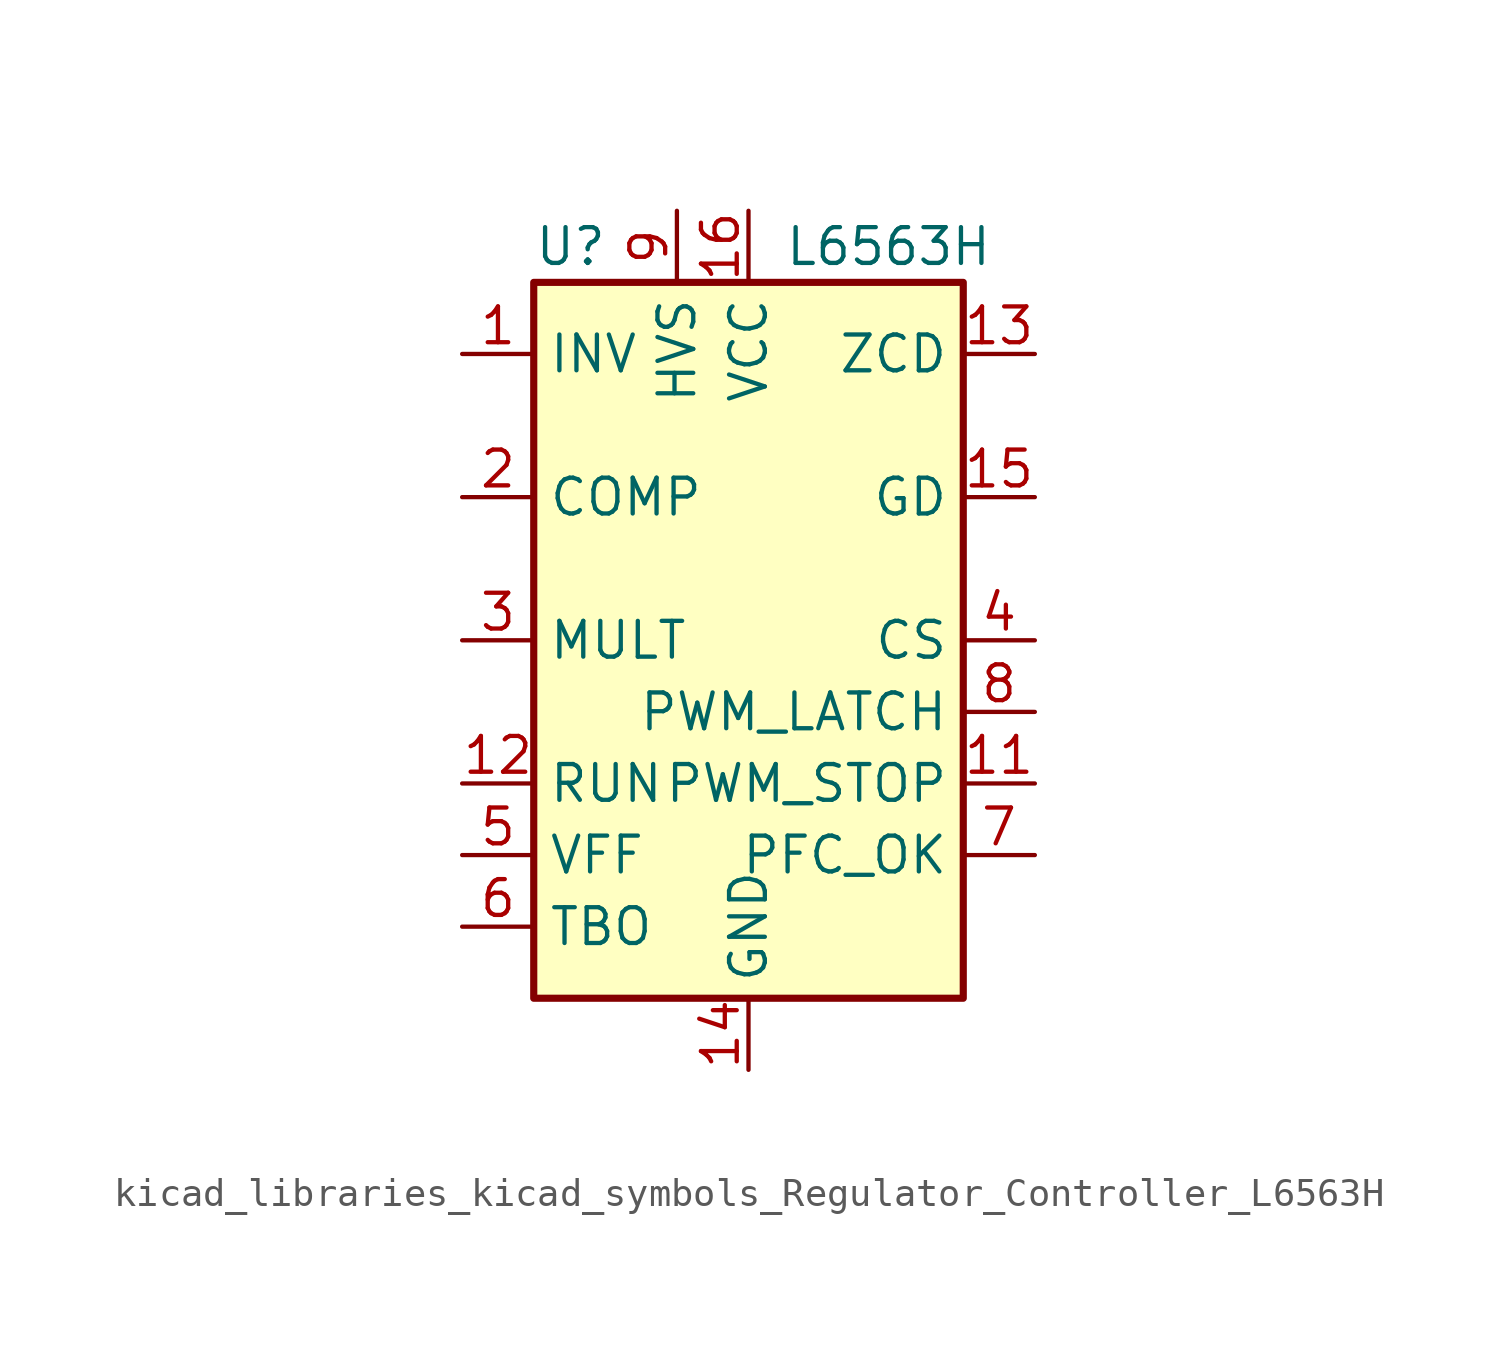
<source format=kicad_sym>
(kicad_symbol_lib
  (version 20220914)
  (generator kicad_symbol_editor)
  (symbol "kicad_libraries_kicad_symbols_Regulator_Controller_L6563H"
    (property "Reference" "U"
      (at -7.62 13.97 0)
      (effects (font (size 1.27 1.27)) (justify left)))
    (property "Value" "L6563H"
      (at 1.27 13.97 0)
      (effects (font (size 1.27 1.27)) (justify left)))
    (symbol "kicad_libraries_kicad_symbols_Regulator_Controller_L6563H_0_0"
      (rectangle (start -7.62 12.7) (end 7.62 -12.7) (stroke (width 0.254) (type default)) (fill (type background))))
    (symbol "kicad_libraries_kicad_symbols_Regulator_Controller_L6563H_1_1"
      (pin input line (at -10.16 10.16 0) (length 2.54) (name "INV" (effects (font (size 1.27 1.27)))) (number "1" (effects (font (size 1.27 1.27)))))
      (pin no_connect line (at -7.62 7.62 0) (length 2.54) hide (name "NC" (effects (font (size 1.27 1.27)))) (number "10" (effects (font (size 1.27 1.27)))))
      (pin output line (at 10.16 -5.08 180) (length 2.54) (name "PWM_STOP" (effects (font (size 1.27 1.27)))) (number "11" (effects (font (size 1.27 1.27)))))
      (pin input line (at -10.16 -5.08 0) (length 2.54) (name "RUN" (effects (font (size 1.27 1.27)))) (number "12" (effects (font (size 1.27 1.27)))))
      (pin input line (at 10.16 10.16 180) (length 2.54) (name "ZCD" (effects (font (size 1.27 1.27)))) (number "13" (effects (font (size 1.27 1.27)))))
      (pin power_in line (at 0 -15.24 90) (length 2.54) (name "GND" (effects (font (size 1.27 1.27)))) (number "14" (effects (font (size 1.27 1.27)))))
      (pin output line (at 10.16 5.08 180) (length 2.54) (name "GD" (effects (font (size 1.27 1.27)))) (number "15" (effects (font (size 1.27 1.27)))))
      (pin power_in line (at 0 15.24 270) (length 2.54) (name "VCC" (effects (font (size 1.27 1.27)))) (number "16" (effects (font (size 1.27 1.27)))))
      (pin output line (at -10.16 5.08 0) (length 2.54) (name "COMP" (effects (font (size 1.27 1.27)))) (number "2" (effects (font (size 1.27 1.27)))))
      (pin input line (at -10.16 0 0) (length 2.54) (name "MULT" (effects (font (size 1.27 1.27)))) (number "3" (effects (font (size 1.27 1.27)))))
      (pin input line (at 10.16 0 180) (length 2.54) (name "CS" (effects (font (size 1.27 1.27)))) (number "4" (effects (font (size 1.27 1.27)))))
      (pin passive line (at -10.16 -7.62 0) (length 2.54) (name "VFF" (effects (font (size 1.27 1.27)))) (number "5" (effects (font (size 1.27 1.27)))))
      (pin passive line (at -10.16 -10.16 0) (length 2.54) (name "TBO" (effects (font (size 1.27 1.27)))) (number "6" (effects (font (size 1.27 1.27)))))
      (pin input line (at 10.16 -7.62 180) (length 2.54) (name "PFC_OK" (effects (font (size 1.27 1.27)))) (number "7" (effects (font (size 1.27 1.27)))))
      (pin output line (at 10.16 -2.54 180) (length 2.54) (name "PWM_LATCH" (effects (font (size 1.27 1.27)))) (number "8" (effects (font (size 1.27 1.27)))))
      (pin input line (at -2.54 15.24 270) (length 2.54) (name "HVS" (effects (font (size 1.27 1.27)))) (number "9" (effects (font (size 1.27 1.27))))))))
</source>
